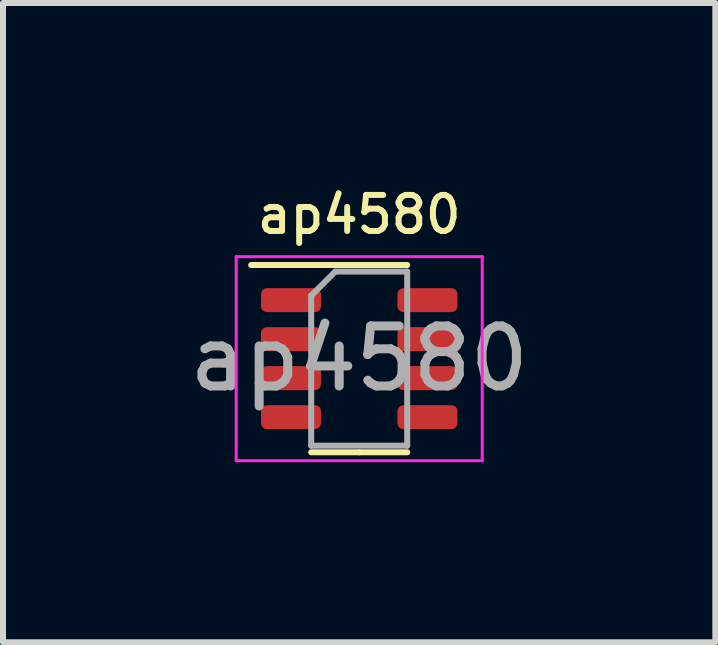
<source format=kicad_pcb>
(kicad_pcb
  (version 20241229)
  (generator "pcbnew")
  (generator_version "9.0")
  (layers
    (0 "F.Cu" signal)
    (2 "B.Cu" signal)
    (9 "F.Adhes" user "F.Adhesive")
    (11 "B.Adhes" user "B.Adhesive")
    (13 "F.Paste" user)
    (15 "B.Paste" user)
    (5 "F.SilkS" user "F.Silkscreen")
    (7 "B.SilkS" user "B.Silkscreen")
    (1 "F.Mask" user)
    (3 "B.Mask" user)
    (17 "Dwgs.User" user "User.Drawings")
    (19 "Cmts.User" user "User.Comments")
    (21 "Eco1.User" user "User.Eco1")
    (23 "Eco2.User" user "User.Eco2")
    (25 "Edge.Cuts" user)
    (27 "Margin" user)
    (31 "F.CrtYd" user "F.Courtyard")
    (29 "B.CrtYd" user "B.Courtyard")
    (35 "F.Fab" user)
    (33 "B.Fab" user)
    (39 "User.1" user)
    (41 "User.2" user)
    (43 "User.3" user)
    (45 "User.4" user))
  (footprint "ap4580"
    (layer "F.Cu")
    (at 2.935 2.926)
    (property "Reference" "ap4580" (at 0 -2.4 0) (unlocked yes) (layer "F.SilkS") (effects (font (size 0.6 0.6) (thickness 0.1))))
    (attr smd)
    (fp_line (start 0 -1.56) (end -1.8 -1.56) (stroke (width 0.1) (type solid)) (layer "F.SilkS"))
    (fp_line (start 0 -1.56) (end 0.8 -1.56) (stroke (width 0.1) (type solid)) (layer "F.SilkS"))
    (fp_line (start 0 1.56) (end -0.8 1.56) (stroke (width 0.1) (type solid)) (layer "F.SilkS"))
    (fp_line (start 0 1.56) (end 0.8 1.56) (stroke (width 0.1) (type solid)) (layer "F.SilkS"))
    (fp_line (start -2.05 -1.7) (end -2.05 1.7) (stroke (width 0.05) (type solid)) (layer "F.CrtYd"))
    (fp_line (start -2.05 1.7) (end 2.05 1.7) (stroke (width 0.05) (type solid)) (layer "F.CrtYd"))
    (fp_line (start 2.05 -1.7) (end -2.05 -1.7) (stroke (width 0.05) (type solid)) (layer "F.CrtYd"))
    (fp_line (start 2.05 1.7) (end 2.05 -1.7) (stroke (width 0.05) (type solid)) (layer "F.CrtYd"))
    (fp_line (start -0.8 -1.05) (end -0.4 -1.45) (stroke (width 0.1) (type solid)) (layer "F.Fab"))
    (fp_line (start -0.8 1.45) (end -0.8 -1.05) (stroke (width 0.1) (type solid)) (layer "F.Fab"))
    (fp_line (start -0.4 -1.45) (end 0.8 -1.45) (stroke (width 0.1) (type solid)) (layer "F.Fab"))
    (fp_line (start 0.8 -1.45) (end 0.8 1.45) (stroke (width 0.1) (type solid)) (layer "F.Fab"))
    (fp_line (start 0.8 1.45) (end -0.8 1.45) (stroke (width 0.1) (type solid)) (layer "F.Fab"))
    (fp_text user "${REFERENCE}" (at 0 0 0) (unlocked yes) (layer "F.Fab") (effects (font (size 1 1) (thickness 0.15))))
    (pad "1" smd roundrect (at -1.137 -0.975) (size 1 0.4) (layers "F.Cu" "F.Mask" "F.Paste") (roundrect_rratio 0.25))
    (pad "2" smd roundrect (at -1.137 -0.325) (size 1 0.4) (layers "F.Cu" "F.Mask" "F.Paste") (roundrect_rratio 0.25))
    (pad "3" smd roundrect (at -1.137 0.325) (size 1 0.4) (layers "F.Cu" "F.Mask" "F.Paste") (roundrect_rratio 0.25))
    (pad "4" smd roundrect (at -1.137 0.975) (size 1 0.4) (layers "F.Cu" "F.Mask" "F.Paste") (roundrect_rratio 0.25))
    (pad "5" smd roundrect (at 1.137 0.975) (size 1 0.4) (layers "F.Cu" "F.Mask" "F.Paste") (roundrect_rratio 0.25))
    (pad "6" smd roundrect (at 1.137 0.325) (size 1 0.4) (layers "F.Cu" "F.Mask" "F.Paste") (roundrect_rratio 0.25))
    (pad "7" smd roundrect (at 1.137 -0.325) (size 1 0.4) (layers "F.Cu" "F.Mask" "F.Paste") (roundrect_rratio 0.25))
    (pad "8" smd roundrect (at 1.137 -0.975) (size 1 0.4) (layers "F.Cu" "F.Mask" "F.Paste") (roundrect_rratio 0.25)))
  (gr_rect
    (start -3 -3)
    (end 8.869 7.652)
    (stroke (width 0.1) (type default))
    (fill no)
    (layer "Edge.Cuts")))
</source>
